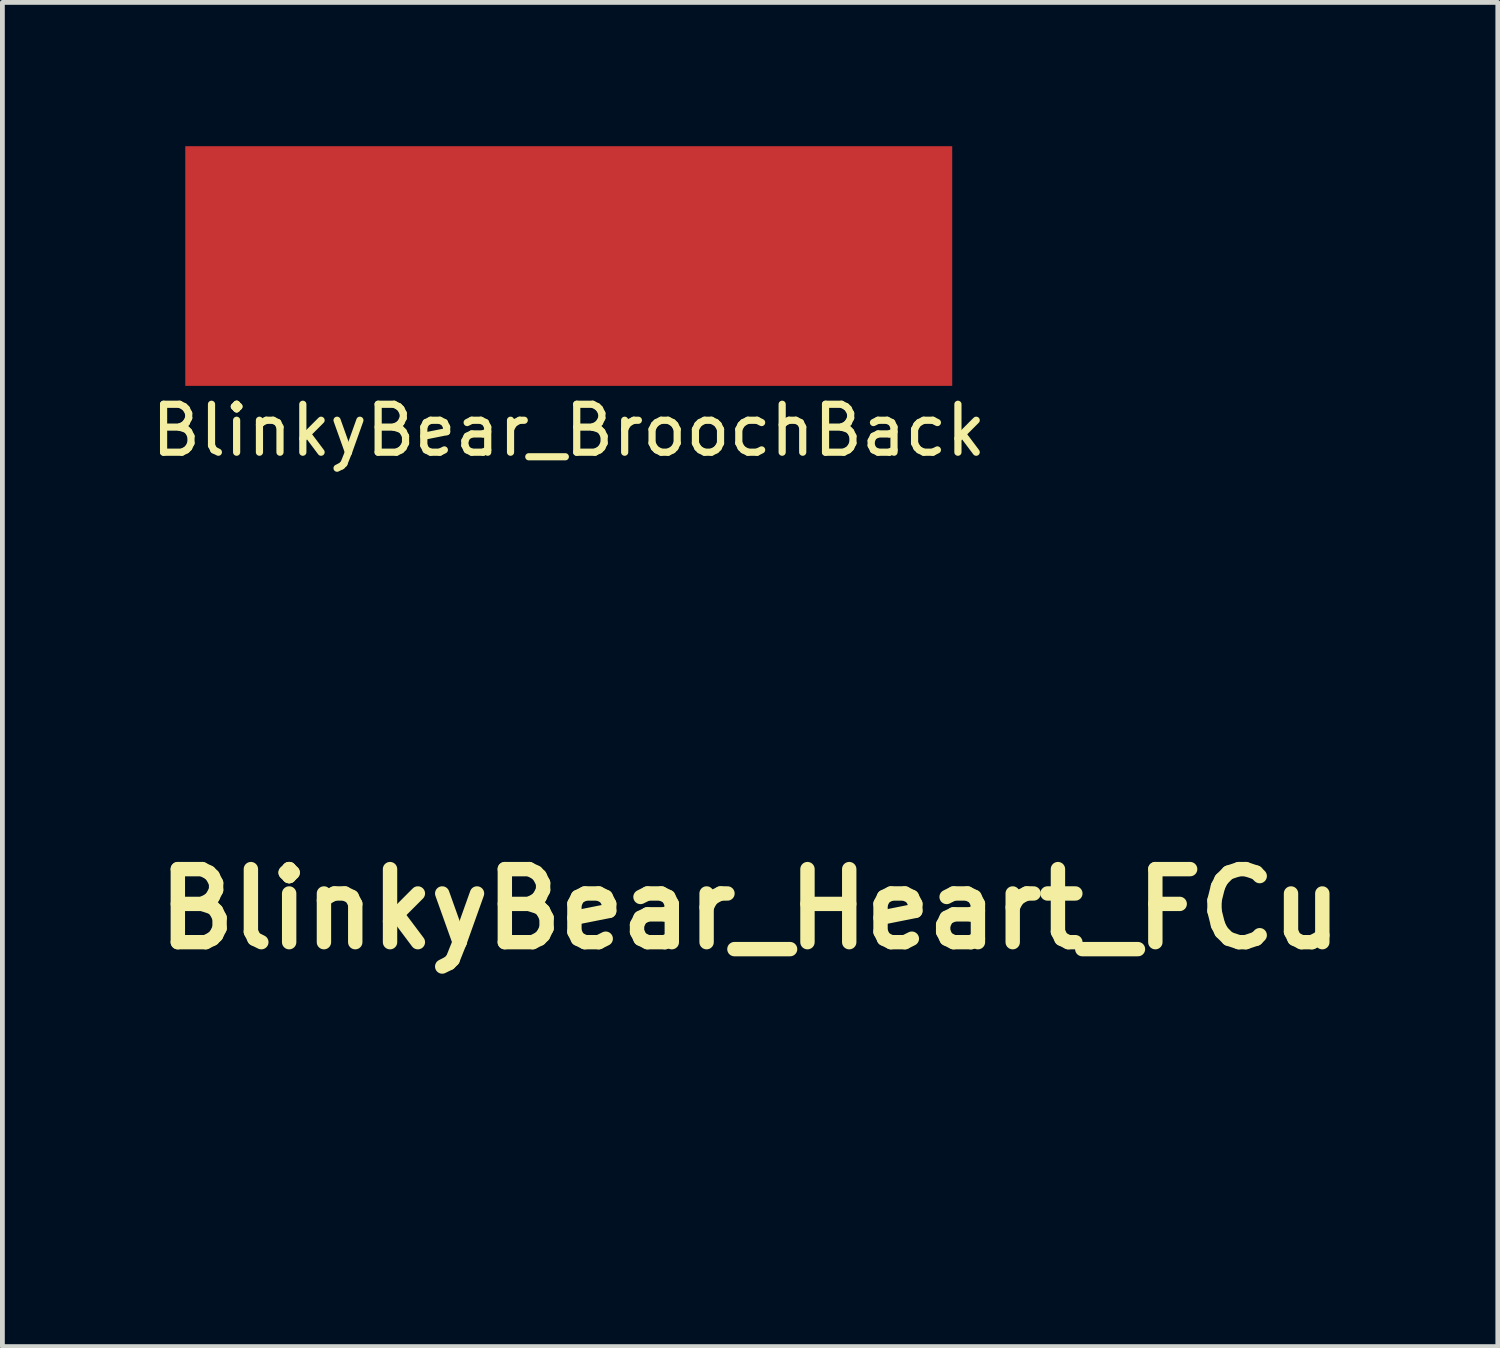
<source format=kicad_pcb>
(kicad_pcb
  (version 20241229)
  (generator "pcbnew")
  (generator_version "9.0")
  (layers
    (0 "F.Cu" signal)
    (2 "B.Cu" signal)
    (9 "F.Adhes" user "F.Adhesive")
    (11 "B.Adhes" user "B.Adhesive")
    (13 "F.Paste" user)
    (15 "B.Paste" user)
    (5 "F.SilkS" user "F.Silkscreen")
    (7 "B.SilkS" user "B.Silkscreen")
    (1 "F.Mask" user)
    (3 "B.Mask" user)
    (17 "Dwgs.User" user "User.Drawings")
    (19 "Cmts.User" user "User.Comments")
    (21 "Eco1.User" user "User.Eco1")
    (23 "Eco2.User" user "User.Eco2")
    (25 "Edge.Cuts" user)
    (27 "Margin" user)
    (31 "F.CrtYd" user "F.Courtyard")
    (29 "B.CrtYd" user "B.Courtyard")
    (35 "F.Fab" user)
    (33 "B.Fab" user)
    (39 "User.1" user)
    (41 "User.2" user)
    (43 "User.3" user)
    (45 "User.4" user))
  (footprint "BlinkyBear_BroochBack"
    (layer "F.Cu")
    (at 8.815 2.5)
    (property "Reference" "BlinkyBear_BroochBack" (at 0 3.429 0) (layer "F.SilkS") (effects (font (size 1 1) (thickness 0.15))))
    (attr through_hole)
    (pad "1" smd rect (at 0 0) (size 16 5) (layers "F.Cu" "F.Mask" "F.Paste")))
  (footprint "BlinkyBear_Heart_FCu"
    (layer "F.Cu")
    (at 12.598 15.916)
    (property "Reference" "BlinkyBear_Heart_FCu" (at 0 0 0) (layer "F.SilkS") (effects (font (size 1.524 1.524) (thickness 0.3))))
    (attr through_hole)
    (fp_poly (pts (xy 3.626 -6.131) (xy 3.865 -6.124) (xy 4.09 -6.111) (xy 4.288 -6.092) (xy 4.331 -6.087) (xy 4.513 -6.063) (xy 4.655 -6.041) (xy 4.769 -6.019) (xy 4.865 -5.994) (xy 4.955 -5.963) (xy 5.049 -5.923) (xy 5.144 -5.879) (xy 5.392 -5.733) (xy 5.632 -5.542) (xy 5.86 -5.31) (xy 6.071 -5.044) (xy 6.262 -4.747) (xy 6.428 -4.425) (xy 6.567 -4.083) (xy 6.62 -3.924) (xy 6.65 -3.82) (xy 6.67 -3.73) (xy 6.682 -3.639) (xy 6.687 -3.531) (xy 6.688 -3.39) (xy 6.688 -3.365) (xy 6.674 -3.048) (xy 6.635 -2.706) (xy 6.576 -2.359) (xy 6.498 -2.025) (xy 6.492 -2.003) (xy 6.374 -1.624) (xy 6.229 -1.253) (xy 6.054 -0.884) (xy 5.847 -0.512) (xy 5.603 -0.133) (xy 5.322 0.259) (xy 4.999 0.668) (xy 4.9 0.788) (xy 4.757 0.956) (xy 4.621 1.108) (xy 4.485 1.252) (xy 4.342 1.394) (xy 4.184 1.542) (xy 4.005 1.702) (xy 3.798 1.881) (xy 3.632 2.021) (xy 3.344 2.265) (xy 3.088 2.484) (xy 2.86 2.685) (xy 2.651 2.873) (xy 2.454 3.056) (xy 2.264 3.238) (xy 2.073 3.426) (xy 1.929 3.572) (xy 1.542 3.978) (xy 1.194 4.369) (xy 0.88 4.753) (xy 0.593 5.137) (xy 0.328 5.529) (xy 0.115 5.874) (xy 0.055 5.972) (xy 0.004 6.052) (xy -0.032 6.105) (xy -0.048 6.121) (xy -0.066 6.1) (xy -0.103 6.045) (xy -0.151 5.965) (xy -0.175 5.924) (xy -0.265 5.772) (xy -0.379 5.591) (xy -0.509 5.394) (xy -0.646 5.192) (xy -0.784 4.997) (xy -0.913 4.82) (xy -0.977 4.737) (xy -1.329 4.308) (xy -1.728 3.863) (xy -2.176 3.401) (xy -2.671 2.924) (xy -3.214 2.431) (xy -3.541 2.146) (xy -3.705 2.004) (xy -3.86 1.872) (xy -4 1.751) (xy -4.121 1.648) (xy -4.218 1.565) (xy -4.286 1.508) (xy -4.319 1.48) (xy -4.358 1.442) (xy -4.424 1.374) (xy -4.509 1.282) (xy -4.606 1.173) (xy -4.702 1.065) (xy -5.065 0.633) (xy -5.386 0.22) (xy -5.667 -0.179) (xy -5.908 -0.569) (xy -6.113 -0.955) (xy -6.285 -1.341) (xy -6.424 -1.731) (xy -6.534 -2.131) (xy -6.617 -2.546) (xy -6.674 -2.979) (xy -6.683 -3.068) (xy -6.696 -3.267) (xy -6.697 -3.437) (xy -6.681 -3.595) (xy -6.648 -3.758) (xy -6.595 -3.942) (xy -6.566 -4.03) (xy -6.438 -4.357) (xy -6.28 -4.668) (xy -6.096 -4.959) (xy -5.891 -5.224) (xy -5.668 -5.459) (xy -5.433 -5.657) (xy -5.189 -5.814) (xy -4.975 -5.913) (xy -4.821 -5.958) (xy -4.626 -5.998) (xy -4.398 -6.031) (xy -4.145 -6.057) (xy -3.876 -6.077) (xy -3.601 -6.088) (xy -3.327 -6.092) (xy -3.064 -6.087) (xy -2.82 -6.074) (xy -2.604 -6.051) (xy -2.444 -6.024) (xy -2.045 -5.917) (xy -1.68 -5.776) (xy -1.342 -5.597) (xy -1.023 -5.376) (xy -0.715 -5.109) (xy -0.66 -5.055) (xy -0.544 -4.936) (xy -0.424 -4.807) (xy -0.312 -4.681) (xy -0.223 -4.573) (xy -0.215 -4.564) (xy -0.04 -4.34) (xy 0.012 -4.411) (xy 0.208 -4.662) (xy 0.429 -4.908) (xy 0.665 -5.141) (xy 0.904 -5.348) (xy 1.135 -5.52) (xy 1.153 -5.532) (xy 1.503 -5.736) (xy 1.872 -5.898) (xy 2.268 -6.021) (xy 2.59 -6.089) (xy 2.74 -6.108) (xy 2.929 -6.122) (xy 3.147 -6.131) (xy 3.383 -6.134) (xy 3.626 -6.131)) (stroke (width 0.01) (type solid)) (fill yes) (layer "F.Mask")))
  (gr_rect
    (start -3 -3)
    (end 28.197 25.042)
    (stroke (width 0.1) (type default))
    (fill no)
    (layer "Edge.Cuts")))
</source>
